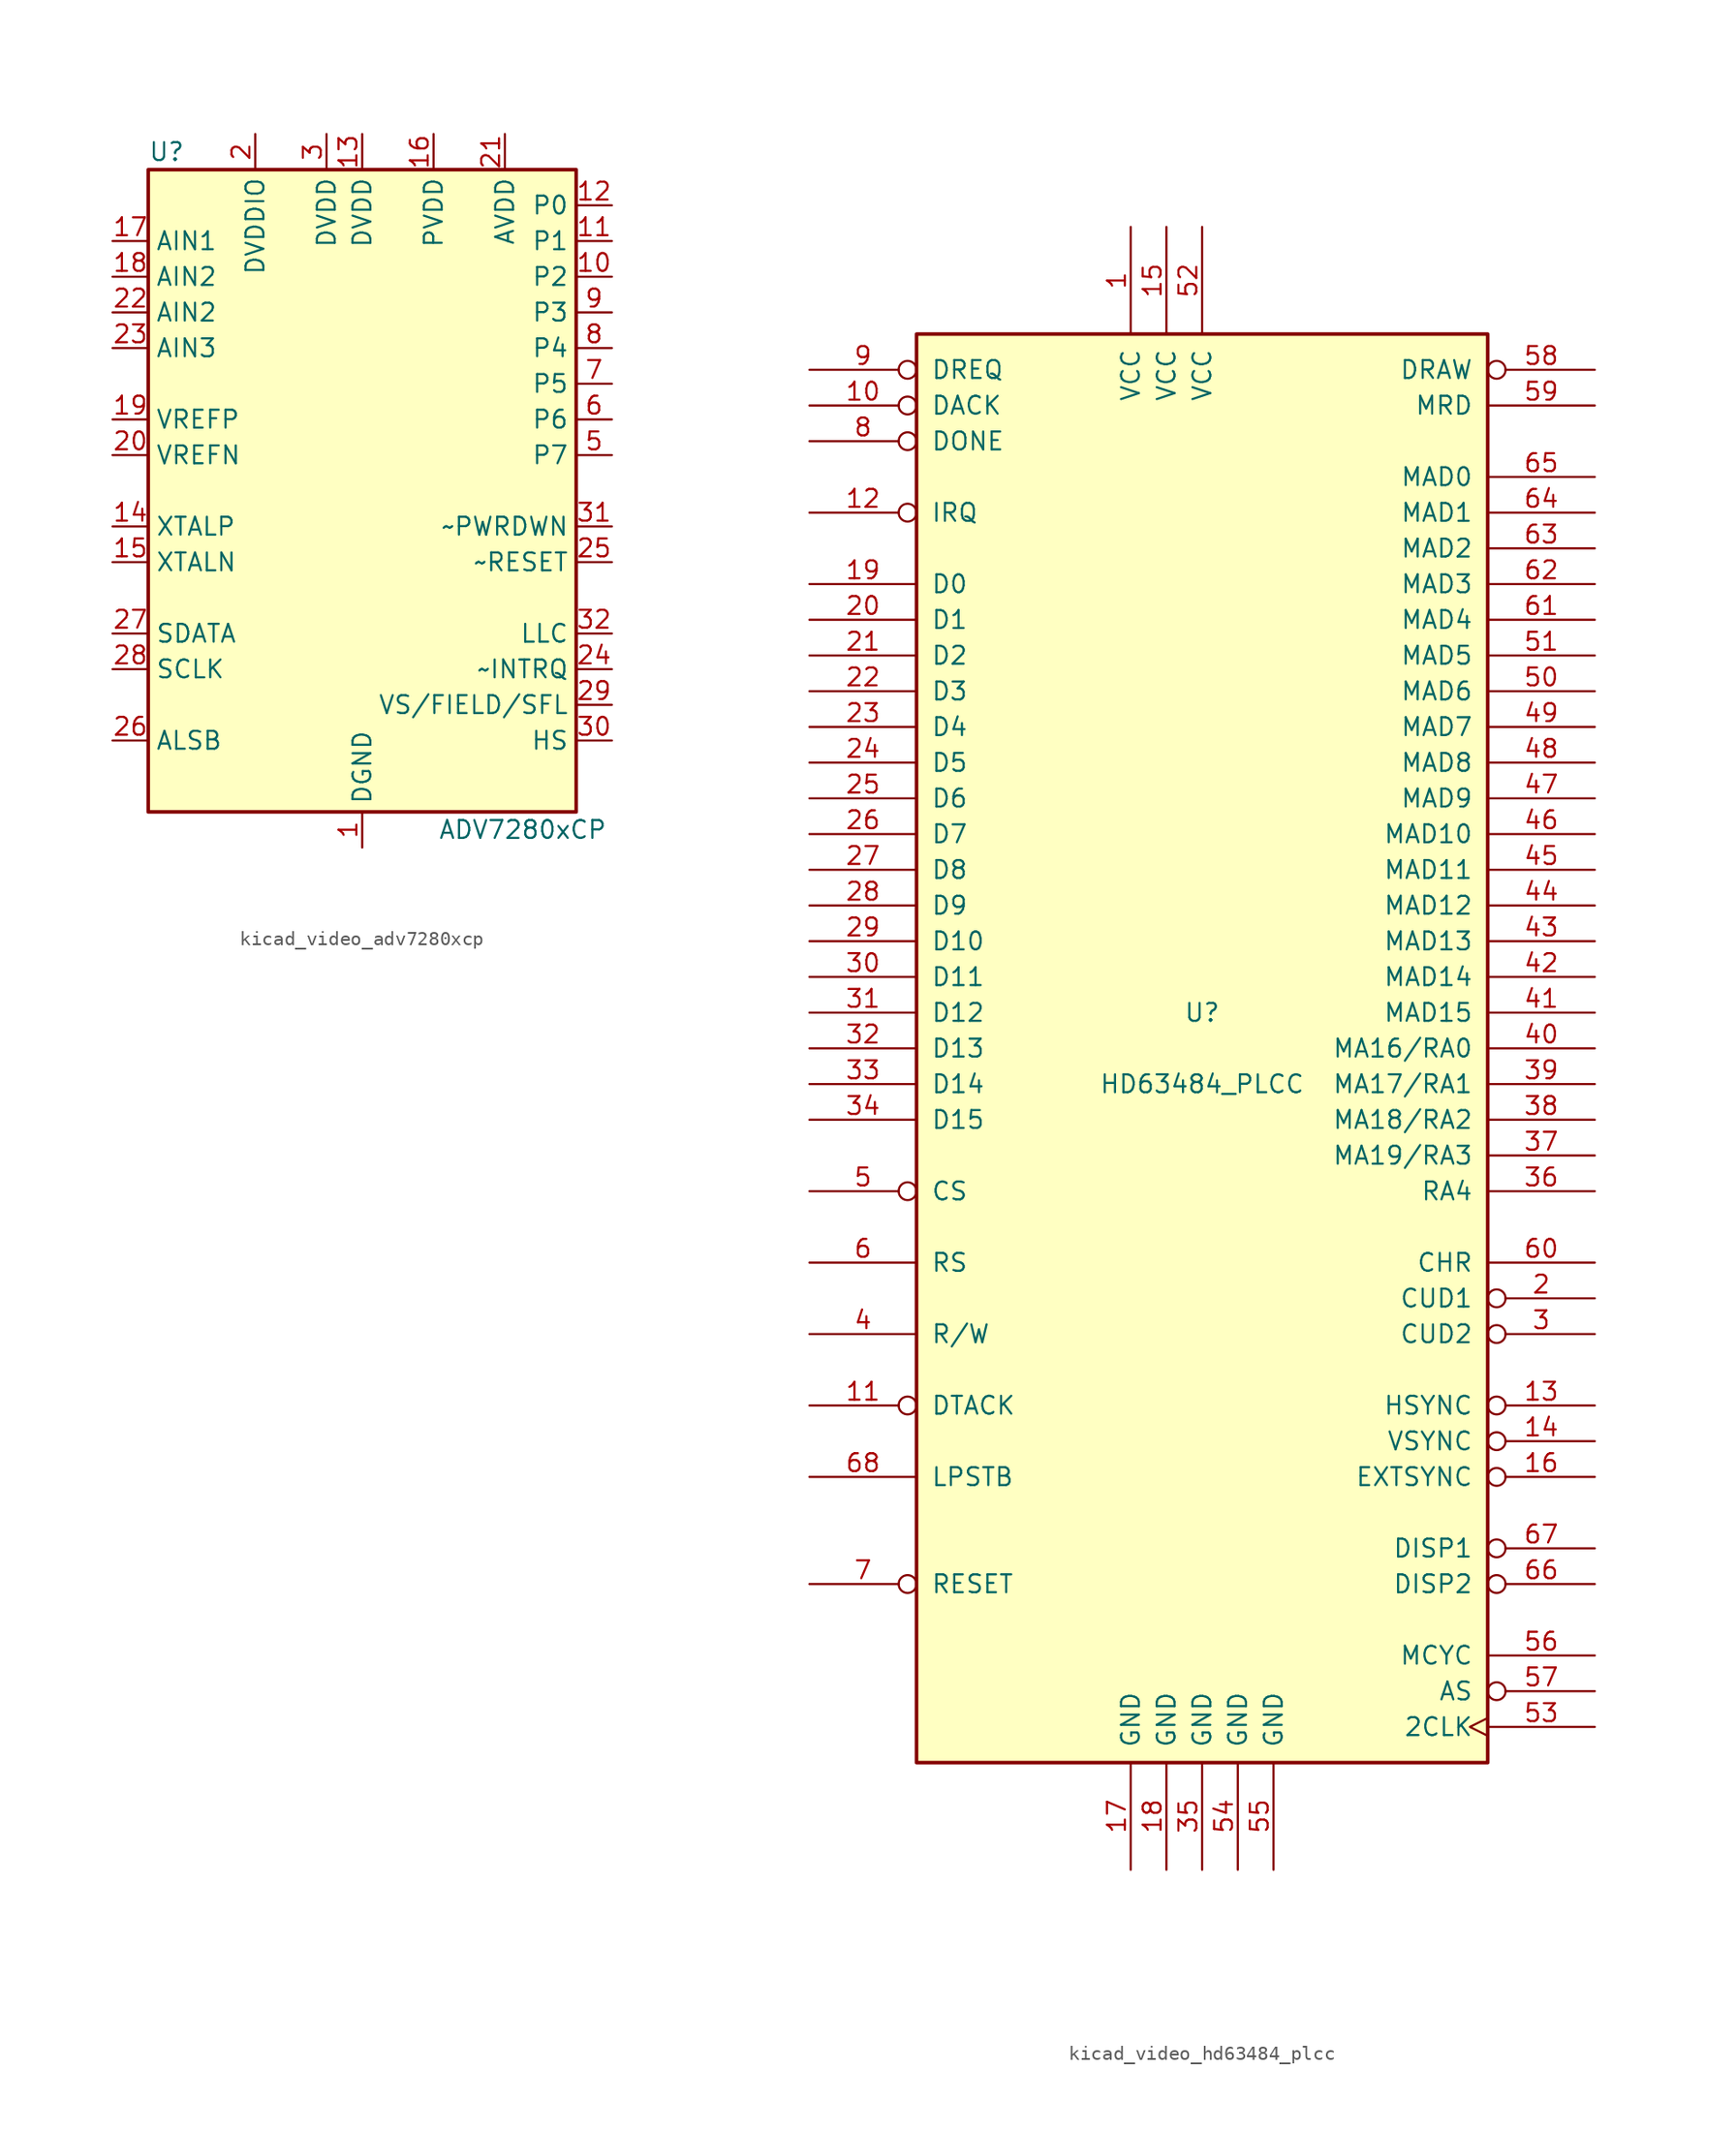
<source format=kicad_sym>
(kicad_symbol_lib
  (version 20220914)
  (generator kicad_symbol_editor)
  (symbol "kicad_video_adv7280xcp"
    (property "Reference" "U"
      (at -15.24 24.13 0)
      (effects (font (size 1.27 1.27)) (justify left)))
    (property "Value" "ADV7280xCP"
      (at 11.43 -24.13 0)
      (effects (font (size 1.27 1.27))))
    (symbol "kicad_video_adv7280xcp_0_1"
      (rectangle (start -15.24 22.86) (end 15.24 -22.86) (stroke (width 0.254) (type default)) (fill (type background))))
    (symbol "kicad_video_adv7280xcp_1_1"
      (pin power_in line (at 0 -25.4 90) (length 2.54) (name "DGND" (effects (font (size 1.27 1.27)))) (number "1" (effects (font (size 1.27 1.27)))))
      (pin output line (at 17.78 15.24 180) (length 2.54) (name "P2" (effects (font (size 1.27 1.27)))) (number "10" (effects (font (size 1.27 1.27)))))
      (pin output line (at 17.78 17.78 180) (length 2.54) (name "P1" (effects (font (size 1.27 1.27)))) (number "11" (effects (font (size 1.27 1.27)))))
      (pin output line (at 17.78 20.32 180) (length 2.54) (name "P0" (effects (font (size 1.27 1.27)))) (number "12" (effects (font (size 1.27 1.27)))))
      (pin power_in line (at 0 25.4 270) (length 2.54) (name "DVDD" (effects (font (size 1.27 1.27)))) (number "13" (effects (font (size 1.27 1.27)))))
      (pin output line (at -17.78 -2.54 0) (length 2.54) (name "XTALP" (effects (font (size 1.27 1.27)))) (number "14" (effects (font (size 1.27 1.27)))))
      (pin input line (at -17.78 -5.08 0) (length 2.54) (name "XTALN" (effects (font (size 1.27 1.27)))) (number "15" (effects (font (size 1.27 1.27)))))
      (pin power_in line (at 5.08 25.4 270) (length 2.54) (name "PVDD" (effects (font (size 1.27 1.27)))) (number "16" (effects (font (size 1.27 1.27)))))
      (pin input line (at -17.78 17.78 0) (length 2.54) (name "AIN1" (effects (font (size 1.27 1.27)))) (number "17" (effects (font (size 1.27 1.27)))))
      (pin input line (at -17.78 15.24 0) (length 2.54) (name "AIN2" (effects (font (size 1.27 1.27)))) (number "18" (effects (font (size 1.27 1.27)))))
      (pin output line (at -17.78 5.08 0) (length 2.54) (name "VREFP" (effects (font (size 1.27 1.27)))) (number "19" (effects (font (size 1.27 1.27)))))
      (pin power_in line (at -7.62 25.4 270) (length 2.54) (name "DVDDIO" (effects (font (size 1.27 1.27)))) (number "2" (effects (font (size 1.27 1.27)))))
      (pin output line (at -17.78 2.54 0) (length 2.54) (name "VREFN" (effects (font (size 1.27 1.27)))) (number "20" (effects (font (size 1.27 1.27)))))
      (pin power_in line (at 10.16 25.4 270) (length 2.54) (name "AVDD" (effects (font (size 1.27 1.27)))) (number "21" (effects (font (size 1.27 1.27)))))
      (pin input line (at -17.78 12.7 0) (length 2.54) (name "AIN2" (effects (font (size 1.27 1.27)))) (number "22" (effects (font (size 1.27 1.27)))))
      (pin input line (at -17.78 10.16 0) (length 2.54) (name "AIN3" (effects (font (size 1.27 1.27)))) (number "23" (effects (font (size 1.27 1.27)))))
      (pin output line (at 17.78 -12.7 180) (length 2.54) (name "~INTRQ" (effects (font (size 1.27 1.27)))) (number "24" (effects (font (size 1.27 1.27)))))
      (pin input line (at 17.78 -5.08 180) (length 2.54) (name "~RESET" (effects (font (size 1.27 1.27)))) (number "25" (effects (font (size 1.27 1.27)))))
      (pin input line (at -17.78 -17.78 0) (length 2.54) (name "ALSB" (effects (font (size 1.27 1.27)))) (number "26" (effects (font (size 1.27 1.27)))))
      (pin bidirectional line (at -17.78 -10.16 0) (length 2.54) (name "SDATA" (effects (font (size 1.27 1.27)))) (number "27" (effects (font (size 1.27 1.27)))))
      (pin input line (at -17.78 -12.7 0) (length 2.54) (name "SCLK" (effects (font (size 1.27 1.27)))) (number "28" (effects (font (size 1.27 1.27)))))
      (pin output line (at 17.78 -15.24 180) (length 2.54) (name "VS/FIELD/SFL" (effects (font (size 1.27 1.27)))) (number "29" (effects (font (size 1.27 1.27)))))
      (pin power_in line (at -2.54 25.4 270) (length 2.54) (name "DVDD" (effects (font (size 1.27 1.27)))) (number "3" (effects (font (size 1.27 1.27)))))
      (pin output line (at 17.78 -17.78 180) (length 2.54) (name "HS" (effects (font (size 1.27 1.27)))) (number "30" (effects (font (size 1.27 1.27)))))
      (pin input line (at 17.78 -2.54 180) (length 2.54) (name "~PWRDWN" (effects (font (size 1.27 1.27)))) (number "31" (effects (font (size 1.27 1.27)))))
      (pin output line (at 17.78 -10.16 180) (length 2.54) (name "LLC" (effects (font (size 1.27 1.27)))) (number "32" (effects (font (size 1.27 1.27)))))
      (pin passive line (at 0 -25.4 90) (length 2.54) hide (name "DGND" (effects (font (size 1.27 1.27)))) (number "33" (effects (font (size 1.27 1.27)))))
      (pin passive line (at 0 -25.4 90) (length 2.54) hide (name "DGND" (effects (font (size 1.27 1.27)))) (number "4" (effects (font (size 1.27 1.27)))))
      (pin output line (at 17.78 2.54 180) (length 2.54) (name "P7" (effects (font (size 1.27 1.27)))) (number "5" (effects (font (size 1.27 1.27)))))
      (pin output line (at 17.78 5.08 180) (length 2.54) (name "P6" (effects (font (size 1.27 1.27)))) (number "6" (effects (font (size 1.27 1.27)))))
      (pin output line (at 17.78 7.62 180) (length 2.54) (name "P5" (effects (font (size 1.27 1.27)))) (number "7" (effects (font (size 1.27 1.27)))))
      (pin output line (at 17.78 10.16 180) (length 2.54) (name "P4" (effects (font (size 1.27 1.27)))) (number "8" (effects (font (size 1.27 1.27)))))
      (pin output line (at 17.78 12.7 180) (length 2.54) (name "P3" (effects (font (size 1.27 1.27)))) (number "9" (effects (font (size 1.27 1.27)))))))
  (symbol "kicad_video_hd63484_plcc"
    (pin_names
      (offset 1.016))
    (property "Reference" "U"
      (at 0 2.54 0)
      (effects (font (size 1.27 1.27))))
    (property "Value" "HD63484_PLCC"
      (at 0 -2.54 0)
      (effects (font (size 1.27 1.27))))
    (symbol "kicad_video_hd63484_plcc_0_1"
      (rectangle (start -20.32 -50.8) (end 20.32 50.8) (stroke (width 0.254) (type default)) (fill (type background))))
    (symbol "kicad_video_hd63484_plcc_1_1"
      (pin input line (at -5.08 58.42 270) (length 7.62) (name "VCC" (effects (font (size 1.27 1.27)))) (number "1" (effects (font (size 1.27 1.27)))))
      (pin input inverted (at -27.94 45.72 0) (length 7.62) (name "DACK" (effects (font (size 1.27 1.27)))) (number "10" (effects (font (size 1.27 1.27)))))
      (pin output inverted (at -27.94 -25.4 0) (length 7.62) (name "DTACK" (effects (font (size 1.27 1.27)))) (number "11" (effects (font (size 1.27 1.27)))))
      (pin output inverted (at -27.94 38.1 0) (length 7.62) (name "IRQ" (effects (font (size 1.27 1.27)))) (number "12" (effects (font (size 1.27 1.27)))))
      (pin output inverted (at 27.94 -25.4 180) (length 7.62) (name "HSYNC" (effects (font (size 1.27 1.27)))) (number "13" (effects (font (size 1.27 1.27)))))
      (pin output inverted (at 27.94 -27.94 180) (length 7.62) (name "VSYNC" (effects (font (size 1.27 1.27)))) (number "14" (effects (font (size 1.27 1.27)))))
      (pin input line (at -2.54 58.42 270) (length 7.62) (name "VCC" (effects (font (size 1.27 1.27)))) (number "15" (effects (font (size 1.27 1.27)))))
      (pin input inverted (at 27.94 -30.48 180) (length 7.62) (name "EXTSYNC" (effects (font (size 1.27 1.27)))) (number "16" (effects (font (size 1.27 1.27)))))
      (pin input line (at -5.08 -58.42 90) (length 7.62) (name "GND" (effects (font (size 1.27 1.27)))) (number "17" (effects (font (size 1.27 1.27)))))
      (pin input line (at -2.54 -58.42 90) (length 7.62) (name "GND" (effects (font (size 1.27 1.27)))) (number "18" (effects (font (size 1.27 1.27)))))
      (pin tri_state line (at -27.94 33.02 0) (length 7.62) (name "D0" (effects (font (size 1.27 1.27)))) (number "19" (effects (font (size 1.27 1.27)))))
      (pin output inverted (at 27.94 -17.78 180) (length 7.62) (name "CUD1" (effects (font (size 1.27 1.27)))) (number "2" (effects (font (size 1.27 1.27)))))
      (pin tri_state line (at -27.94 30.48 0) (length 7.62) (name "D1" (effects (font (size 1.27 1.27)))) (number "20" (effects (font (size 1.27 1.27)))))
      (pin tri_state line (at -27.94 27.94 0) (length 7.62) (name "D2" (effects (font (size 1.27 1.27)))) (number "21" (effects (font (size 1.27 1.27)))))
      (pin tri_state line (at -27.94 25.4 0) (length 7.62) (name "D3" (effects (font (size 1.27 1.27)))) (number "22" (effects (font (size 1.27 1.27)))))
      (pin tri_state line (at -27.94 22.86 0) (length 7.62) (name "D4" (effects (font (size 1.27 1.27)))) (number "23" (effects (font (size 1.27 1.27)))))
      (pin tri_state line (at -27.94 20.32 0) (length 7.62) (name "D5" (effects (font (size 1.27 1.27)))) (number "24" (effects (font (size 1.27 1.27)))))
      (pin tri_state line (at -27.94 17.78 0) (length 7.62) (name "D6" (effects (font (size 1.27 1.27)))) (number "25" (effects (font (size 1.27 1.27)))))
      (pin tri_state line (at -27.94 15.24 0) (length 7.62) (name "D7" (effects (font (size 1.27 1.27)))) (number "26" (effects (font (size 1.27 1.27)))))
      (pin tri_state line (at -27.94 12.7 0) (length 7.62) (name "D8" (effects (font (size 1.27 1.27)))) (number "27" (effects (font (size 1.27 1.27)))))
      (pin tri_state line (at -27.94 10.16 0) (length 7.62) (name "D9" (effects (font (size 1.27 1.27)))) (number "28" (effects (font (size 1.27 1.27)))))
      (pin tri_state line (at -27.94 7.62 0) (length 7.62) (name "D10" (effects (font (size 1.27 1.27)))) (number "29" (effects (font (size 1.27 1.27)))))
      (pin output inverted (at 27.94 -20.32 180) (length 7.62) (name "CUD2" (effects (font (size 1.27 1.27)))) (number "3" (effects (font (size 1.27 1.27)))))
      (pin tri_state line (at -27.94 5.08 0) (length 7.62) (name "D11" (effects (font (size 1.27 1.27)))) (number "30" (effects (font (size 1.27 1.27)))))
      (pin tri_state line (at -27.94 2.54 0) (length 7.62) (name "D12" (effects (font (size 1.27 1.27)))) (number "31" (effects (font (size 1.27 1.27)))))
      (pin tri_state line (at -27.94 0 0) (length 7.62) (name "D13" (effects (font (size 1.27 1.27)))) (number "32" (effects (font (size 1.27 1.27)))))
      (pin tri_state line (at -27.94 -2.54 0) (length 7.62) (name "D14" (effects (font (size 1.27 1.27)))) (number "33" (effects (font (size 1.27 1.27)))))
      (pin tri_state line (at -27.94 -5.08 0) (length 7.62) (name "D15" (effects (font (size 1.27 1.27)))) (number "34" (effects (font (size 1.27 1.27)))))
      (pin input line (at 0 -58.42 90) (length 7.62) (name "GND" (effects (font (size 1.27 1.27)))) (number "35" (effects (font (size 1.27 1.27)))))
      (pin output line (at 27.94 -10.16 180) (length 7.62) (name "RA4" (effects (font (size 1.27 1.27)))) (number "36" (effects (font (size 1.27 1.27)))))
      (pin output line (at 27.94 -7.62 180) (length 7.62) (name "MA19/RA3" (effects (font (size 1.27 1.27)))) (number "37" (effects (font (size 1.27 1.27)))))
      (pin output line (at 27.94 -5.08 180) (length 7.62) (name "MA18/RA2" (effects (font (size 1.27 1.27)))) (number "38" (effects (font (size 1.27 1.27)))))
      (pin output line (at 27.94 -2.54 180) (length 7.62) (name "MA17/RA1" (effects (font (size 1.27 1.27)))) (number "39" (effects (font (size 1.27 1.27)))))
      (pin input line (at -27.94 -20.32 0) (length 7.62) (name "R/W" (effects (font (size 1.27 1.27)))) (number "4" (effects (font (size 1.27 1.27)))))
      (pin output line (at 27.94 0 180) (length 7.62) (name "MA16/RA0" (effects (font (size 1.27 1.27)))) (number "40" (effects (font (size 1.27 1.27)))))
      (pin tri_state line (at 27.94 2.54 180) (length 7.62) (name "MAD15" (effects (font (size 1.27 1.27)))) (number "41" (effects (font (size 1.27 1.27)))))
      (pin tri_state line (at 27.94 5.08 180) (length 7.62) (name "MAD14" (effects (font (size 1.27 1.27)))) (number "42" (effects (font (size 1.27 1.27)))))
      (pin tri_state line (at 27.94 7.62 180) (length 7.62) (name "MAD13" (effects (font (size 1.27 1.27)))) (number "43" (effects (font (size 1.27 1.27)))))
      (pin tri_state line (at 27.94 10.16 180) (length 7.62) (name "MAD12" (effects (font (size 1.27 1.27)))) (number "44" (effects (font (size 1.27 1.27)))))
      (pin tri_state line (at 27.94 12.7 180) (length 7.62) (name "MAD11" (effects (font (size 1.27 1.27)))) (number "45" (effects (font (size 1.27 1.27)))))
      (pin tri_state line (at 27.94 15.24 180) (length 7.62) (name "MAD10" (effects (font (size 1.27 1.27)))) (number "46" (effects (font (size 1.27 1.27)))))
      (pin tri_state line (at 27.94 17.78 180) (length 7.62) (name "MAD9" (effects (font (size 1.27 1.27)))) (number "47" (effects (font (size 1.27 1.27)))))
      (pin tri_state line (at 27.94 20.32 180) (length 7.62) (name "MAD8" (effects (font (size 1.27 1.27)))) (number "48" (effects (font (size 1.27 1.27)))))
      (pin tri_state line (at 27.94 22.86 180) (length 7.62) (name "MAD7" (effects (font (size 1.27 1.27)))) (number "49" (effects (font (size 1.27 1.27)))))
      (pin input inverted (at -27.94 -10.16 0) (length 7.62) (name "CS" (effects (font (size 1.27 1.27)))) (number "5" (effects (font (size 1.27 1.27)))))
      (pin tri_state line (at 27.94 25.4 180) (length 7.62) (name "MAD6" (effects (font (size 1.27 1.27)))) (number "50" (effects (font (size 1.27 1.27)))))
      (pin tri_state line (at 27.94 27.94 180) (length 7.62) (name "MAD5" (effects (font (size 1.27 1.27)))) (number "51" (effects (font (size 1.27 1.27)))))
      (pin input line (at 0 58.42 270) (length 7.62) (name "VCC" (effects (font (size 1.27 1.27)))) (number "52" (effects (font (size 1.27 1.27)))))
      (pin input clock (at 27.94 -48.26 180) (length 7.62) (name "2CLK" (effects (font (size 1.27 1.27)))) (number "53" (effects (font (size 1.27 1.27)))))
      (pin input line (at 2.54 -58.42 90) (length 7.62) (name "GND" (effects (font (size 1.27 1.27)))) (number "54" (effects (font (size 1.27 1.27)))))
      (pin input line (at 5.08 -58.42 90) (length 7.62) (name "GND" (effects (font (size 1.27 1.27)))) (number "55" (effects (font (size 1.27 1.27)))))
      (pin output line (at 27.94 -43.18 180) (length 7.62) (name "MCYC" (effects (font (size 1.27 1.27)))) (number "56" (effects (font (size 1.27 1.27)))))
      (pin output inverted (at 27.94 -45.72 180) (length 7.62) (name "AS" (effects (font (size 1.27 1.27)))) (number "57" (effects (font (size 1.27 1.27)))))
      (pin output inverted (at 27.94 48.26 180) (length 7.62) (name "DRAW" (effects (font (size 1.27 1.27)))) (number "58" (effects (font (size 1.27 1.27)))))
      (pin output line (at 27.94 45.72 180) (length 7.62) (name "MRD" (effects (font (size 1.27 1.27)))) (number "59" (effects (font (size 1.27 1.27)))))
      (pin input line (at -27.94 -15.24 0) (length 7.62) (name "RS" (effects (font (size 1.27 1.27)))) (number "6" (effects (font (size 1.27 1.27)))))
      (pin output line (at 27.94 -15.24 180) (length 7.62) (name "CHR" (effects (font (size 1.27 1.27)))) (number "60" (effects (font (size 1.27 1.27)))))
      (pin tri_state line (at 27.94 30.48 180) (length 7.62) (name "MAD4" (effects (font (size 1.27 1.27)))) (number "61" (effects (font (size 1.27 1.27)))))
      (pin tri_state line (at 27.94 33.02 180) (length 7.62) (name "MAD3" (effects (font (size 1.27 1.27)))) (number "62" (effects (font (size 1.27 1.27)))))
      (pin tri_state line (at 27.94 35.56 180) (length 7.62) (name "MAD2" (effects (font (size 1.27 1.27)))) (number "63" (effects (font (size 1.27 1.27)))))
      (pin tri_state line (at 27.94 38.1 180) (length 7.62) (name "MAD1" (effects (font (size 1.27 1.27)))) (number "64" (effects (font (size 1.27 1.27)))))
      (pin tri_state line (at 27.94 40.64 180) (length 7.62) (name "MAD0" (effects (font (size 1.27 1.27)))) (number "65" (effects (font (size 1.27 1.27)))))
      (pin output inverted (at 27.94 -38.1 180) (length 7.62) (name "DISP2" (effects (font (size 1.27 1.27)))) (number "66" (effects (font (size 1.27 1.27)))))
      (pin output inverted (at 27.94 -35.56 180) (length 7.62) (name "DISP1" (effects (font (size 1.27 1.27)))) (number "67" (effects (font (size 1.27 1.27)))))
      (pin input line (at -27.94 -30.48 0) (length 7.62) (name "LPSTB" (effects (font (size 1.27 1.27)))) (number "68" (effects (font (size 1.27 1.27)))))
      (pin input inverted (at -27.94 -38.1 0) (length 7.62) (name "RESET" (effects (font (size 1.27 1.27)))) (number "7" (effects (font (size 1.27 1.27)))))
      (pin input inverted (at -27.94 43.18 0) (length 7.62) (name "DONE" (effects (font (size 1.27 1.27)))) (number "8" (effects (font (size 1.27 1.27)))))
      (pin output inverted (at -27.94 48.26 0) (length 7.62) (name "DREQ" (effects (font (size 1.27 1.27)))) (number "9" (effects (font (size 1.27 1.27))))))))
</source>
